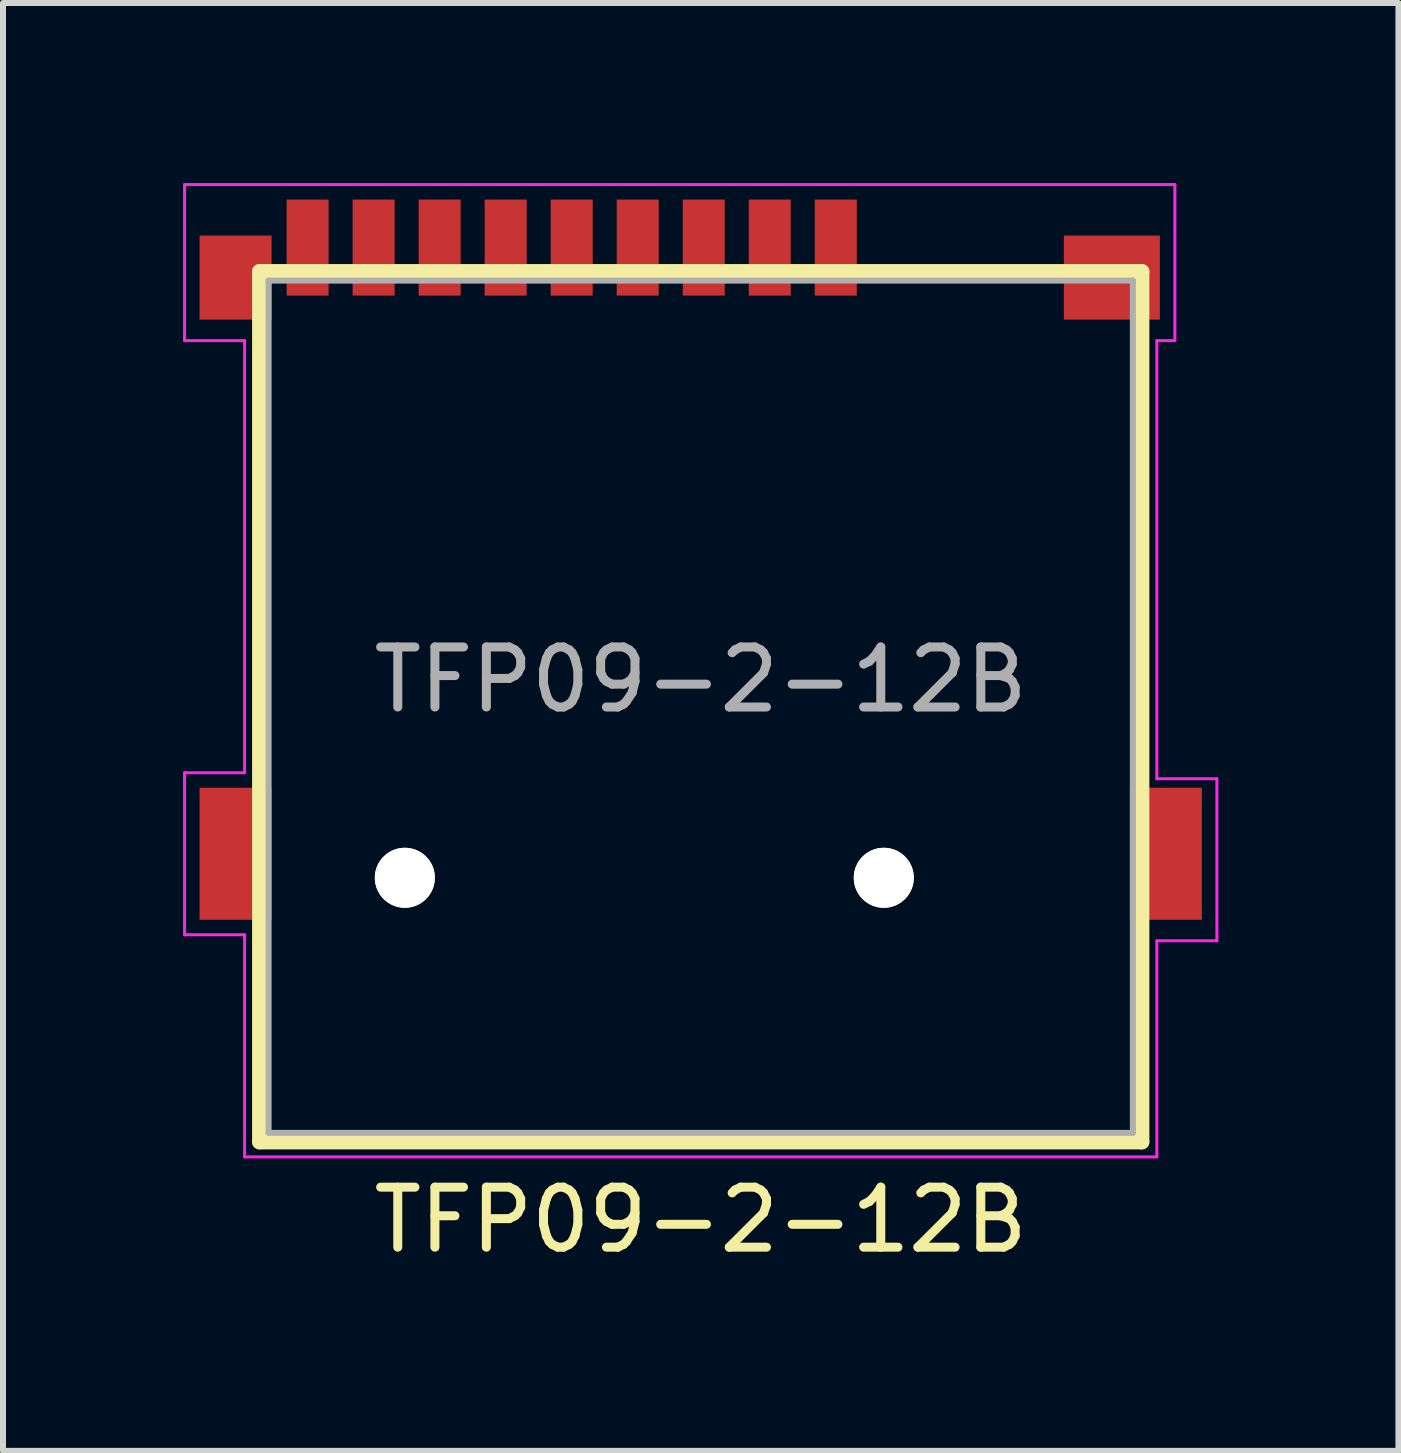
<source format=kicad_pcb>
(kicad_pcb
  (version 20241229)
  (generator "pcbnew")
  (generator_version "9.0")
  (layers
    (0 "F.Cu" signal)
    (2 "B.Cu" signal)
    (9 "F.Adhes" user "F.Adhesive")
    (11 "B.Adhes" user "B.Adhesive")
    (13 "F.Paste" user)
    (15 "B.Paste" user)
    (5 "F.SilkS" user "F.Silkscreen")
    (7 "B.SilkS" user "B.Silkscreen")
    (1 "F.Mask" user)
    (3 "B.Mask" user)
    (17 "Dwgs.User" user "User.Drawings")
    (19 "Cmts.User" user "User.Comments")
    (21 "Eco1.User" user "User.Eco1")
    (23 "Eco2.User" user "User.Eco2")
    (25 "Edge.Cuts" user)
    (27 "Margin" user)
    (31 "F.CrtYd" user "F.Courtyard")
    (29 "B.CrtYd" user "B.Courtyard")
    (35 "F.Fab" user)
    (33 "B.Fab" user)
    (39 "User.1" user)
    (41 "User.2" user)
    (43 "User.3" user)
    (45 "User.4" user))
  (footprint "TFP09-2-12B"
    (layer "F.Cu")
    (at 8.625 11.575)
    (property "Reference" "TFP09-2-12B" (at 0 5.7 0) (layer "F.SilkS") (effects (font (size 1 1) (thickness 0.15))))
    (attr through_hole)
    (fp_line (start -7.35 -10.1) (end -7.35 4.4) (stroke (width 0.25) (type solid)) (layer "F.SilkS"))
    (fp_line (start -7.35 -10.1) (end 7.35 -10.1) (stroke (width 0.25) (type solid)) (layer "F.SilkS"))
    (fp_line (start -7.35 4.4) (end 7.35 4.4) (stroke (width 0.25) (type solid)) (layer "F.SilkS"))
    (fp_line (start 7.35 -10.1) (end 7.35 4.4) (stroke (width 0.25) (type solid)) (layer "F.SilkS"))
    (fp_line (start -8.6 -8.95) (end -8.6 -11.55) (stroke (width 0.05) (type solid)) (layer "F.CrtYd"))
    (fp_line (start -8.6 0.95) (end -8.6 -1.75) (stroke (width 0.05) (type solid)) (layer "F.CrtYd"))
    (fp_line (start -7.6 -8.95) (end -8.6 -8.95) (stroke (width 0.05) (type solid)) (layer "F.CrtYd"))
    (fp_line (start -7.6 -1.75) (end -8.6 -1.75) (stroke (width 0.05) (type solid)) (layer "F.CrtYd"))
    (fp_line (start -7.6 -1.75) (end -7.6 -8.95) (stroke (width 0.05) (type solid)) (layer "F.CrtYd"))
    (fp_line (start -7.6 0.95) (end -8.6 0.95) (stroke (width 0.05) (type solid)) (layer "F.CrtYd"))
    (fp_line (start -7.6 4.65) (end -7.6 0.95) (stroke (width 0.05) (type solid)) (layer "F.CrtYd"))
    (fp_line (start 7.6 -8.95) (end 7.9 -8.95) (stroke (width 0.05) (type solid)) (layer "F.CrtYd"))
    (fp_line (start 7.6 -1.65) (end 7.6 -8.95) (stroke (width 0.05) (type solid)) (layer "F.CrtYd"))
    (fp_line (start 7.6 1.05) (end 7.6 4.65) (stroke (width 0.05) (type solid)) (layer "F.CrtYd"))
    (fp_line (start 7.6 4.65) (end -7.6 4.65) (stroke (width 0.05) (type solid)) (layer "F.CrtYd"))
    (fp_line (start 7.9 -11.55) (end -8.6 -11.55) (stroke (width 0.05) (type solid)) (layer "F.CrtYd"))
    (fp_line (start 7.9 -8.95) (end 7.9 -11.55) (stroke (width 0.05) (type solid)) (layer "F.CrtYd"))
    (fp_line (start 8.6 -1.65) (end 7.6 -1.65) (stroke (width 0.05) (type solid)) (layer "F.CrtYd"))
    (fp_line (start 8.6 1.05) (end 7.6 1.05) (stroke (width 0.05) (type solid)) (layer "F.CrtYd"))
    (fp_line (start 8.6 1.05) (end 8.6 -1.65) (stroke (width 0.05) (type solid)) (layer "F.CrtYd"))
    (fp_line (start -7.2 -9.95) (end 7.2 -9.95) (stroke (width 0.1) (type solid)) (layer "F.Fab"))
    (fp_line (start -7.2 4.25) (end -7.2 -9.95) (stroke (width 0.1) (type solid)) (layer "F.Fab"))
    (fp_line (start 7.2 -9.95) (end 7.2 4.25) (stroke (width 0.1) (type solid)) (layer "F.Fab"))
    (fp_line (start 7.2 4.25) (end -7.2 4.25) (stroke (width 0.1) (type solid)) (layer "F.Fab"))
    (fp_text user "${REFERENCE}" (at 0 -3.3 0) (layer "F.Fab") (effects (font (size 1 1) (thickness 0.15))))
    (pad "" np_thru_hole circle (at -4.93 0) (size 1 1) (drill 1) (layers "*.Cu" "*.Mask" "F.SilkS"))
    (pad "" np_thru_hole circle (at 3.05 0) (size 1 1) (drill 1) (layers "*.Cu" "*.Mask" "F.SilkS"))
    (pad "1" smd rect (at 2.25 -10.5) (size 0.7 1.6) (layers "F.Cu" "F.Mask" "F.Paste"))
    (pad "2" smd rect (at 1.15 -10.5) (size 0.7 1.6) (layers "F.Cu" "F.Mask" "F.Paste"))
    (pad "3" smd rect (at 0.05 -10.5) (size 0.7 1.6) (layers "F.Cu" "F.Mask" "F.Paste"))
    (pad "4" smd rect (at -1.05 -10.5) (size 0.7 1.6) (layers "F.Cu" "F.Mask" "F.Paste"))
    (pad "5" smd rect (at -2.15 -10.5) (size 0.7 1.6) (layers "F.Cu" "F.Mask" "F.Paste"))
    (pad "6" smd rect (at -3.25 -10.5) (size 0.7 1.6) (layers "F.Cu" "F.Mask" "F.Paste"))
    (pad "7" smd rect (at -4.35 -10.5) (size 0.7 1.6) (layers "F.Cu" "F.Mask" "F.Paste"))
    (pad "8" smd rect (at -5.45 -10.5) (size 0.7 1.6) (layers "F.Cu" "F.Mask" "F.Paste"))
    (pad "9" smd rect (at -7.75 -10) (size 1.2 1.4) (layers "F.Cu" "F.Mask" "F.Paste"))
    (pad "9" smd rect (at -7.75 -0.4) (size 1.2 2.2) (layers "F.Cu" "F.Mask" "F.Paste"))
    (pad "9" smd rect (at 6.85 -10) (size 1.6 1.4) (layers "F.Cu" "F.Mask" "F.Paste"))
    (pad "9" smd rect (at 7.75 -0.4) (size 1.2 2.2) (layers "F.Cu" "F.Mask" "F.Paste"))
    (pad "CD" smd rect (at -6.55 -10.5) (size 0.7 1.6) (layers "F.Cu" "F.Mask" "F.Paste")))
  (gr_rect
    (start -3 -3)
    (end 20.25 21.123)
    (stroke (width 0.1) (type default))
    (fill no)
    (layer "Edge.Cuts")))
</source>
